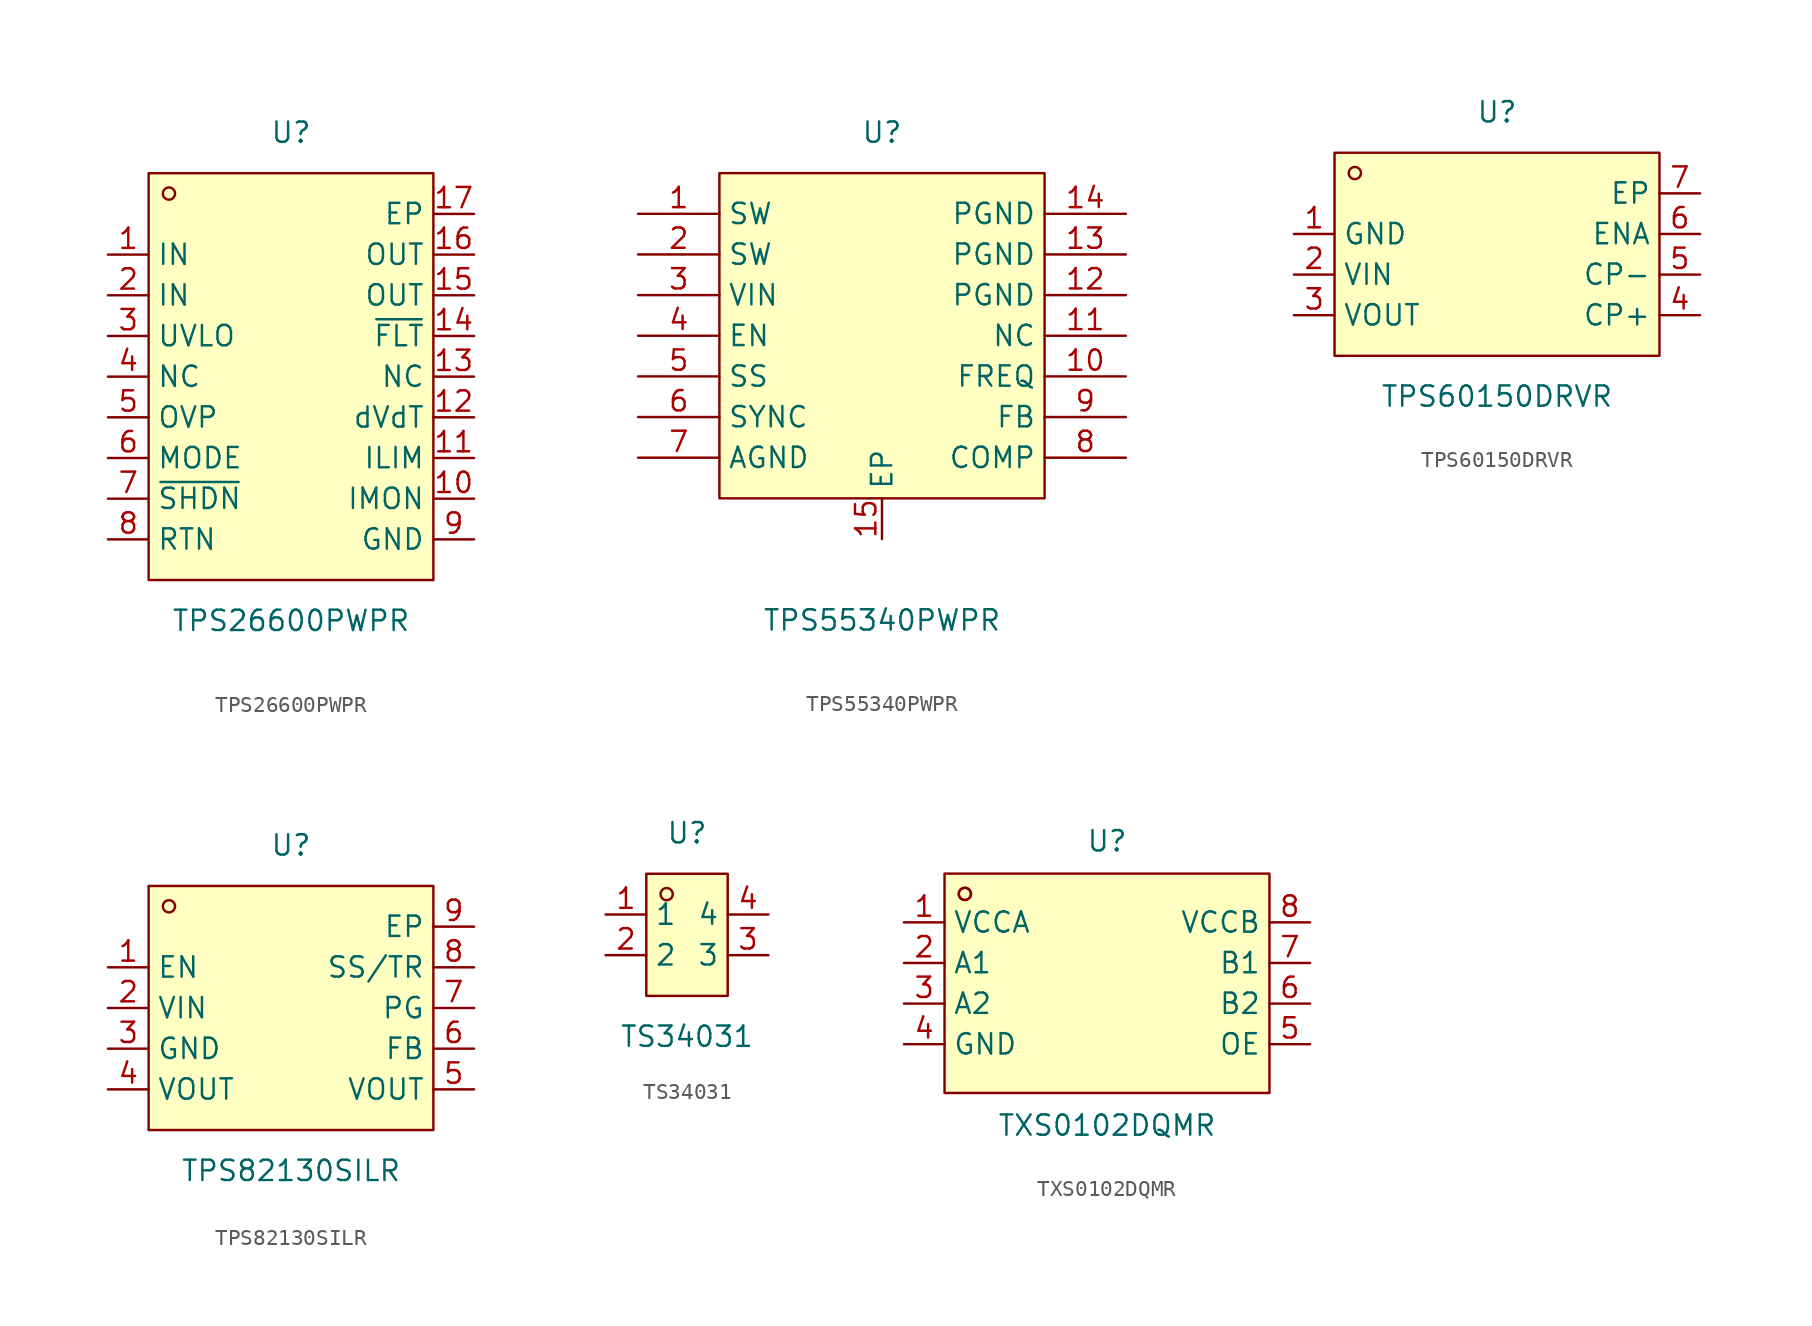
<source format=kicad_sym>
(kicad_symbol_lib
  (version 20231120)
  (generator "kicad_symbol_editor")
  (generator_version "8.0")
  (symbol "TPS26600PWPR"
    (property "Reference" "U"
      (at 0 15.24 0)
      (effects (font (size 1.27 1.27))))
    (property "Value" "TPS26600PWPR"
      (at 0 -15.24 0)
      (effects (font (size 1.27 1.27))))
    (symbol "TPS26600PWPR_0_1"
      (rectangle (start -8.89 12.7) (end 8.89 -12.7) (stroke (width 0) (type default)) (fill (type background)))
      (circle (center -7.62 11.43) (radius 0.38) (stroke (width 0) (type default)) (fill (type none)))
      (pin unspecified line (at -11.43 7.62 0) (length 2.54) (name "IN" (effects (font (size 1.27 1.27)))) (number "1" (effects (font (size 1.27 1.27)))))
      (pin unspecified line (at 11.43 -7.62 180) (length 2.54) (name "IMON" (effects (font (size 1.27 1.27)))) (number "10" (effects (font (size 1.27 1.27)))))
      (pin unspecified line (at 11.43 -5.08 180) (length 2.54) (name "ILIM" (effects (font (size 1.27 1.27)))) (number "11" (effects (font (size 1.27 1.27)))))
      (pin unspecified line (at 11.43 -2.54 180) (length 2.54) (name "dVdT" (effects (font (size 1.27 1.27)))) (number "12" (effects (font (size 1.27 1.27)))))
      (pin unspecified line (at 11.43 0 180) (length 2.54) (name "NC" (effects (font (size 1.27 1.27)))) (number "13" (effects (font (size 1.27 1.27)))))
      (pin unspecified line (at 11.43 2.54 180) (length 2.54) (name "~{FLT}" (effects (font (size 1.27 1.27)))) (number "14" (effects (font (size 1.27 1.27)))))
      (pin unspecified line (at 11.43 5.08 180) (length 2.54) (name "OUT" (effects (font (size 1.27 1.27)))) (number "15" (effects (font (size 1.27 1.27)))))
      (pin unspecified line (at 11.43 7.62 180) (length 2.54) (name "OUT" (effects (font (size 1.27 1.27)))) (number "16" (effects (font (size 1.27 1.27)))))
      (pin unspecified line (at 11.43 10.16 180) (length 2.54) (name "EP" (effects (font (size 1.27 1.27)))) (number "17" (effects (font (size 1.27 1.27)))))
      (pin unspecified line (at -11.43 5.08 0) (length 2.54) (name "IN" (effects (font (size 1.27 1.27)))) (number "2" (effects (font (size 1.27 1.27)))))
      (pin unspecified line (at -11.43 2.54 0) (length 2.54) (name "UVLO" (effects (font (size 1.27 1.27)))) (number "3" (effects (font (size 1.27 1.27)))))
      (pin unspecified line (at -11.43 0 0) (length 2.54) (name "NC" (effects (font (size 1.27 1.27)))) (number "4" (effects (font (size 1.27 1.27)))))
      (pin unspecified line (at -11.43 -2.54 0) (length 2.54) (name "OVP" (effects (font (size 1.27 1.27)))) (number "5" (effects (font (size 1.27 1.27)))))
      (pin unspecified line (at -11.43 -5.08 0) (length 2.54) (name "MODE" (effects (font (size 1.27 1.27)))) (number "6" (effects (font (size 1.27 1.27)))))
      (pin unspecified line (at -11.43 -7.62 0) (length 2.54) (name "~{SHDN}" (effects (font (size 1.27 1.27)))) (number "7" (effects (font (size 1.27 1.27)))))
      (pin unspecified line (at -11.43 -10.16 0) (length 2.54) (name "RTN" (effects (font (size 1.27 1.27)))) (number "8" (effects (font (size 1.27 1.27)))))
      (pin unspecified line (at 11.43 -10.16 180) (length 2.54) (name "GND" (effects (font (size 1.27 1.27)))) (number "9" (effects (font (size 1.27 1.27)))))))
  (symbol "TPS55340PWPR"
    (property "Reference" "U"
      (at 0 12.70 0)
      (effects (font (size 1.27 1.27))))
    (property "Value" "TPS55340PWPR"
      (at 0 -17.78 0)
      (effects (font (size 1.27 1.27))))
    (symbol "TPS55340PWPR_0_1"
      (rectangle (start -10.16 10.16) (end 10.16 -10.16) (stroke (width 0) (type default) (color 0 0 0 0)) (fill (type background)))
      (pin unspecified line (at -15.24 7.62 0) (length 5.08) (name "SW" (effects (font (size 1.27 1.27)))) (number "1" (effects (font (size 1.27 1.27)))))
      (pin unspecified line (at -15.24 5.08 0) (length 5.08) (name "SW" (effects (font (size 1.27 1.27)))) (number "2" (effects (font (size 1.27 1.27)))))
      (pin unspecified line (at -15.24 2.54 0) (length 5.08) (name "VIN" (effects (font (size 1.27 1.27)))) (number "3" (effects (font (size 1.27 1.27)))))
      (pin unspecified line (at -15.24 -0.00 0) (length 5.08) (name "EN" (effects (font (size 1.27 1.27)))) (number "4" (effects (font (size 1.27 1.27)))))
      (pin unspecified line (at -15.24 -2.54 0) (length 5.08) (name "SS" (effects (font (size 1.27 1.27)))) (number "5" (effects (font (size 1.27 1.27)))))
      (pin unspecified line (at -15.24 -5.08 0) (length 5.08) (name "SYNC" (effects (font (size 1.27 1.27)))) (number "6" (effects (font (size 1.27 1.27)))))
      (pin unspecified line (at -15.24 -7.62 0) (length 5.08) (name "AGND" (effects (font (size 1.27 1.27)))) (number "7" (effects (font (size 1.27 1.27)))))
      (pin unspecified line (at 15.24 -7.62 180) (length 5.08) (name "COMP" (effects (font (size 1.27 1.27)))) (number "8" (effects (font (size 1.27 1.27)))))
      (pin unspecified line (at 15.24 -5.08 180) (length 5.08) (name "FB" (effects (font (size 1.27 1.27)))) (number "9" (effects (font (size 1.27 1.27)))))
      (pin unspecified line (at 15.24 -2.54 180) (length 5.08) (name "FREQ" (effects (font (size 1.27 1.27)))) (number "10" (effects (font (size 1.27 1.27)))))
      (pin unspecified line (at 15.24 -0.00 180) (length 5.08) (name "NC" (effects (font (size 1.27 1.27)))) (number "11" (effects (font (size 1.27 1.27)))))
      (pin unspecified line (at 15.24 2.54 180) (length 5.08) (name "PGND" (effects (font (size 1.27 1.27)))) (number "12" (effects (font (size 1.27 1.27)))))
      (pin unspecified line (at 15.24 5.08 180) (length 5.08) (name "PGND" (effects (font (size 1.27 1.27)))) (number "13" (effects (font (size 1.27 1.27)))))
      (pin unspecified line (at 15.24 7.62 180) (length 5.08) (name "PGND" (effects (font (size 1.27 1.27)))) (number "14" (effects (font (size 1.27 1.27)))))
      (pin unspecified line (at 0.00 -12.70 90) (length 2.54) (name "EP" (effects (font (size 1.27 1.27)))) (number "15" (effects (font (size 1.27 1.27)))))))
  (symbol "TPS60150DRVR"
    (property "Reference" "U"
      (at 0 7.62 0)
      (effects (font (size 1.27 1.27))))
    (property "Value" "TPS60150DRVR"
      (at 0 -10.16 0)
      (effects (font (size 1.27 1.27))))
    (symbol "TPS60150DRVR_0_1"
      (rectangle (start -10.16 5.08) (end 10.16 -7.62) (stroke (width 0) (type default)) (fill (type background)))
      (circle (center -8.89 3.81) (radius 0.38) (stroke (width 0) (type default)) (fill (type none)))
      (pin unspecified line (at -12.7 0 0) (length 2.54) (name "GND" (effects (font (size 1.27 1.27)))) (number "1" (effects (font (size 1.27 1.27)))))
      (pin unspecified line (at -12.7 -2.54 0) (length 2.54) (name "VIN" (effects (font (size 1.27 1.27)))) (number "2" (effects (font (size 1.27 1.27)))))
      (pin unspecified line (at -12.7 -5.08 0) (length 2.54) (name "VOUT" (effects (font (size 1.27 1.27)))) (number "3" (effects (font (size 1.27 1.27)))))
      (pin unspecified line (at 12.7 -5.08 180) (length 2.54) (name "CP+" (effects (font (size 1.27 1.27)))) (number "4" (effects (font (size 1.27 1.27)))))
      (pin unspecified line (at 12.7 -2.54 180) (length 2.54) (name "CP-" (effects (font (size 1.27 1.27)))) (number "5" (effects (font (size 1.27 1.27)))))
      (pin unspecified line (at 12.7 0 180) (length 2.54) (name "ENA" (effects (font (size 1.27 1.27)))) (number "6" (effects (font (size 1.27 1.27)))))
      (pin unspecified line (at 12.7 2.54 180) (length 2.54) (name "EP" (effects (font (size 1.27 1.27)))) (number "7" (effects (font (size 1.27 1.27)))))))
  (symbol "TPS82130SILR"
    (property "Reference" "U"
      (at 0 10.16 0)
      (effects (font (size 1.27 1.27))))
    (property "Value" "TPS82130SILR"
      (at 0 -10.16 0)
      (effects (font (size 1.27 1.27))))
    (symbol "TPS82130SILR_0_1"
      (rectangle (start -8.89 7.62) (end 8.89 -7.62) (stroke (width 0) (type default)) (fill (type background)))
      (circle (center -7.62 6.35) (radius 0.38) (stroke (width 0) (type default)) (fill (type none)))
      (pin unspecified line (at -11.43 2.54 0) (length 2.54) (name "EN" (effects (font (size 1.27 1.27)))) (number "1" (effects (font (size 1.27 1.27)))))
      (pin unspecified line (at -11.43 0 0) (length 2.54) (name "VIN" (effects (font (size 1.27 1.27)))) (number "2" (effects (font (size 1.27 1.27)))))
      (pin unspecified line (at -11.43 -2.54 0) (length 2.54) (name "GND" (effects (font (size 1.27 1.27)))) (number "3" (effects (font (size 1.27 1.27)))))
      (pin unspecified line (at -11.43 -5.08 0) (length 2.54) (name "VOUT" (effects (font (size 1.27 1.27)))) (number "4" (effects (font (size 1.27 1.27)))))
      (pin unspecified line (at 11.43 -5.08 180) (length 2.54) (name "VOUT" (effects (font (size 1.27 1.27)))) (number "5" (effects (font (size 1.27 1.27)))))
      (pin unspecified line (at 11.43 -2.54 180) (length 2.54) (name "FB" (effects (font (size 1.27 1.27)))) (number "6" (effects (font (size 1.27 1.27)))))
      (pin unspecified line (at 11.43 0 180) (length 2.54) (name "PG" (effects (font (size 1.27 1.27)))) (number "7" (effects (font (size 1.27 1.27)))))
      (pin unspecified line (at 11.43 2.54 180) (length 2.54) (name "SS/TR" (effects (font (size 1.27 1.27)))) (number "8" (effects (font (size 1.27 1.27)))))
      (pin unspecified line (at 11.43 5.08 180) (length 2.54) (name "EP" (effects (font (size 1.27 1.27)))) (number "9" (effects (font (size 1.27 1.27)))))))
  (symbol "TS34031"
    (property "Reference" "U"
      (at 0 6.35 0)
      (effects (font (size 1.27 1.27))))
    (property "Value" "TS34031"
      (at 0 -6.35 0)
      (effects (font (size 1.27 1.27))))
    (symbol "TS34031_0_1"
      (rectangle (start -2.54 3.81) (end 2.54 -3.81) (stroke (width 0) (type default)) (fill (type background)))
      (circle (center -1.27 2.54) (radius 0.38) (stroke (width 0) (type default)) (fill (type none)))
      (pin unspecified line (at -5.08 1.27 0) (length 2.54) (name "1" (effects (font (size 1.27 1.27)))) (number "1" (effects (font (size 1.27 1.27)))))
      (pin unspecified line (at -5.08 -1.27 0) (length 2.54) (name "2" (effects (font (size 1.27 1.27)))) (number "2" (effects (font (size 1.27 1.27)))))
      (pin unspecified line (at 5.08 -1.27 180) (length 2.54) (name "3" (effects (font (size 1.27 1.27)))) (number "3" (effects (font (size 1.27 1.27)))))
      (pin unspecified line (at 5.08 1.27 180) (length 2.54) (name "4" (effects (font (size 1.27 1.27)))) (number "4" (effects (font (size 1.27 1.27)))))))
  (symbol "TXS0102DQMR"
    (property "Reference" "U"
      (at 0 8.89 0)
      (effects (font (size 1.27 1.27))))
    (property "Value" "TXS0102DQMR"
      (at 0 -8.89 0)
      (effects (font (size 1.27 1.27))))
    (symbol "TXS0102DQMR_0_1"
      (rectangle (start -10.16 6.86) (end 10.16 -6.86) (stroke (width 0) (type default)) (fill (type background)))
      (circle (center -8.89 5.59) (radius 0.38) (stroke (width 0) (type default)) (fill (type none)))
      (circle (center -8.89 5.59) (radius 0.38) (stroke (width 0) (type default)) (fill (type none)))
      (pin unspecified line (at -12.7 3.81 0) (length 2.54) (name "VCCA" (effects (font (size 1.27 1.27)))) (number "1" (effects (font (size 1.27 1.27)))))
      (pin unspecified line (at -12.7 1.27 0) (length 2.54) (name "A1" (effects (font (size 1.27 1.27)))) (number "2" (effects (font (size 1.27 1.27)))))
      (pin unspecified line (at -12.7 -1.27 0) (length 2.54) (name "A2" (effects (font (size 1.27 1.27)))) (number "3" (effects (font (size 1.27 1.27)))))
      (pin unspecified line (at -12.7 -3.81 0) (length 2.54) (name "GND" (effects (font (size 1.27 1.27)))) (number "4" (effects (font (size 1.27 1.27)))))
      (pin unspecified line (at 12.7 -3.81 180) (length 2.54) (name "OE" (effects (font (size 1.27 1.27)))) (number "5" (effects (font (size 1.27 1.27)))))
      (pin unspecified line (at 12.7 -1.27 180) (length 2.54) (name "B2" (effects (font (size 1.27 1.27)))) (number "6" (effects (font (size 1.27 1.27)))))
      (pin unspecified line (at 12.7 1.27 180) (length 2.54) (name "B1" (effects (font (size 1.27 1.27)))) (number "7" (effects (font (size 1.27 1.27)))))
      (pin unspecified line (at 12.7 3.81 180) (length 2.54) (name "VCCB" (effects (font (size 1.27 1.27)))) (number "8" (effects (font (size 1.27 1.27))))))))
</source>
